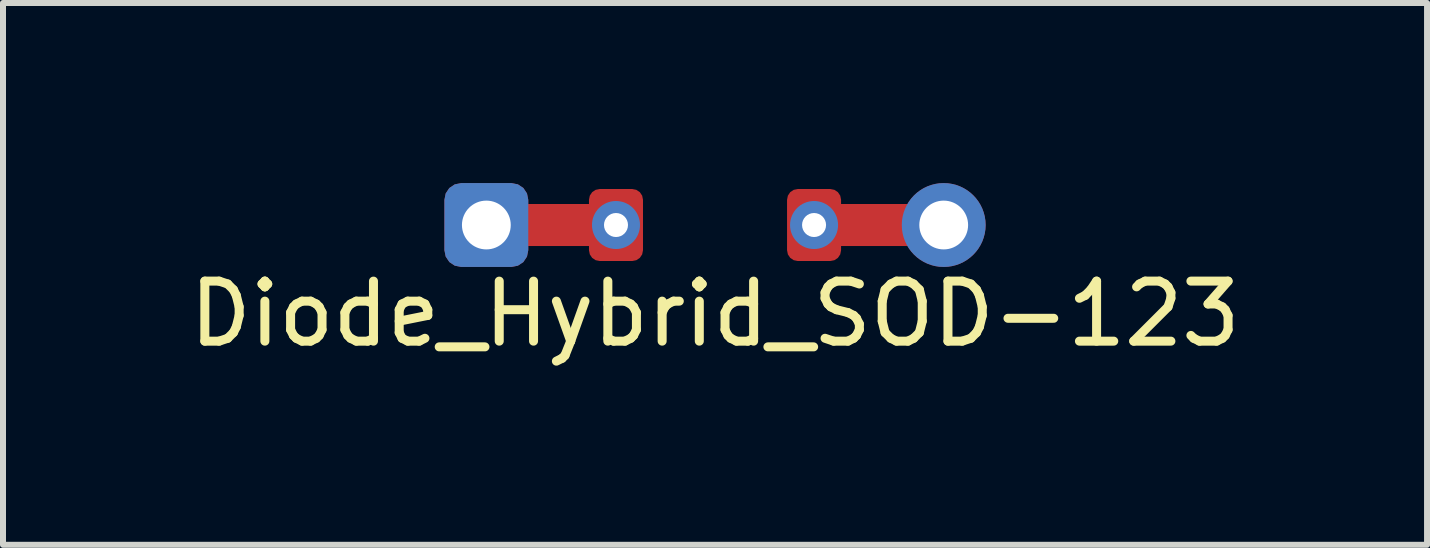
<source format=kicad_pcb>
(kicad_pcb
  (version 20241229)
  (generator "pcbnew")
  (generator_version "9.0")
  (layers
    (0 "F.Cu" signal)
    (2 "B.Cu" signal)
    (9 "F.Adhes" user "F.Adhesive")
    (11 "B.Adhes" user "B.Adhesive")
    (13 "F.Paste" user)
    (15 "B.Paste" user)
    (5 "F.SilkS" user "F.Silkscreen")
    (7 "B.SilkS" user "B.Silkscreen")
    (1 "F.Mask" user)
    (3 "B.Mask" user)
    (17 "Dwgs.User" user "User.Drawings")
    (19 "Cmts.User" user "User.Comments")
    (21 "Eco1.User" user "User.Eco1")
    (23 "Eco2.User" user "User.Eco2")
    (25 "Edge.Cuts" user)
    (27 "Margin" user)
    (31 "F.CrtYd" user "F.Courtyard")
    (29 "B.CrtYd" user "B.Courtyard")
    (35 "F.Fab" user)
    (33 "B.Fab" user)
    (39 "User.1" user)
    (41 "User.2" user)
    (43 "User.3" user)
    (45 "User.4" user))
  (footprint "Diode_Hybrid_SOD-123"
    (layer "F.Cu")
    (at 8.863 0.699)
    (property "Reference" "Diode_Hybrid_SOD-123" (at 0 1.48 0) (layer "F.SilkS") (effects (font (size 1 1) (thickness 0.15))))
    (attr through_hole)
    (pad "1" thru_hole roundrect (at -3.81 0) (size 1.397 1.397) (drill 0.813) (layers "*.Cu" "*.Mask") (roundrect_rratio 0.2))
    (pad "1" smd rect (at -2.4 0) (size 2 0.7) (layers "F.Cu"))
    (pad "1" thru_hole circle (at -1.65 0) (size 0.8 0.8) (drill 0.4) (layers "*.Cu" "*.Mask"))
    (pad "1" smd roundrect (at -1.65 0) (size 0.9 1.2) (layers "*.Paste" "*.Mask" "F.Cu") (roundrect_rratio 0.2))
    (pad "2" thru_hole circle (at 1.65 0) (size 0.8 0.8) (drill 0.4) (layers "*.Cu" "*.Mask"))
    (pad "2" smd roundrect (at 1.65 0) (size 0.9 1.2) (layers "*.Paste" "*.Mask" "F.Cu") (roundrect_rratio 0.2))
    (pad "2" smd rect (at 2.4 0) (size 2 0.7) (layers "F.Cu"))
    (pad "2" thru_hole circle (at 3.81 0) (size 1.397 1.397) (drill 0.813) (layers "*.Cu" "*.Mask")))
  (gr_rect
    (start -3 -3)
    (end 20.726 6.027)
    (stroke (width 0.1) (type default))
    (fill no)
    (layer "Edge.Cuts")))
</source>
